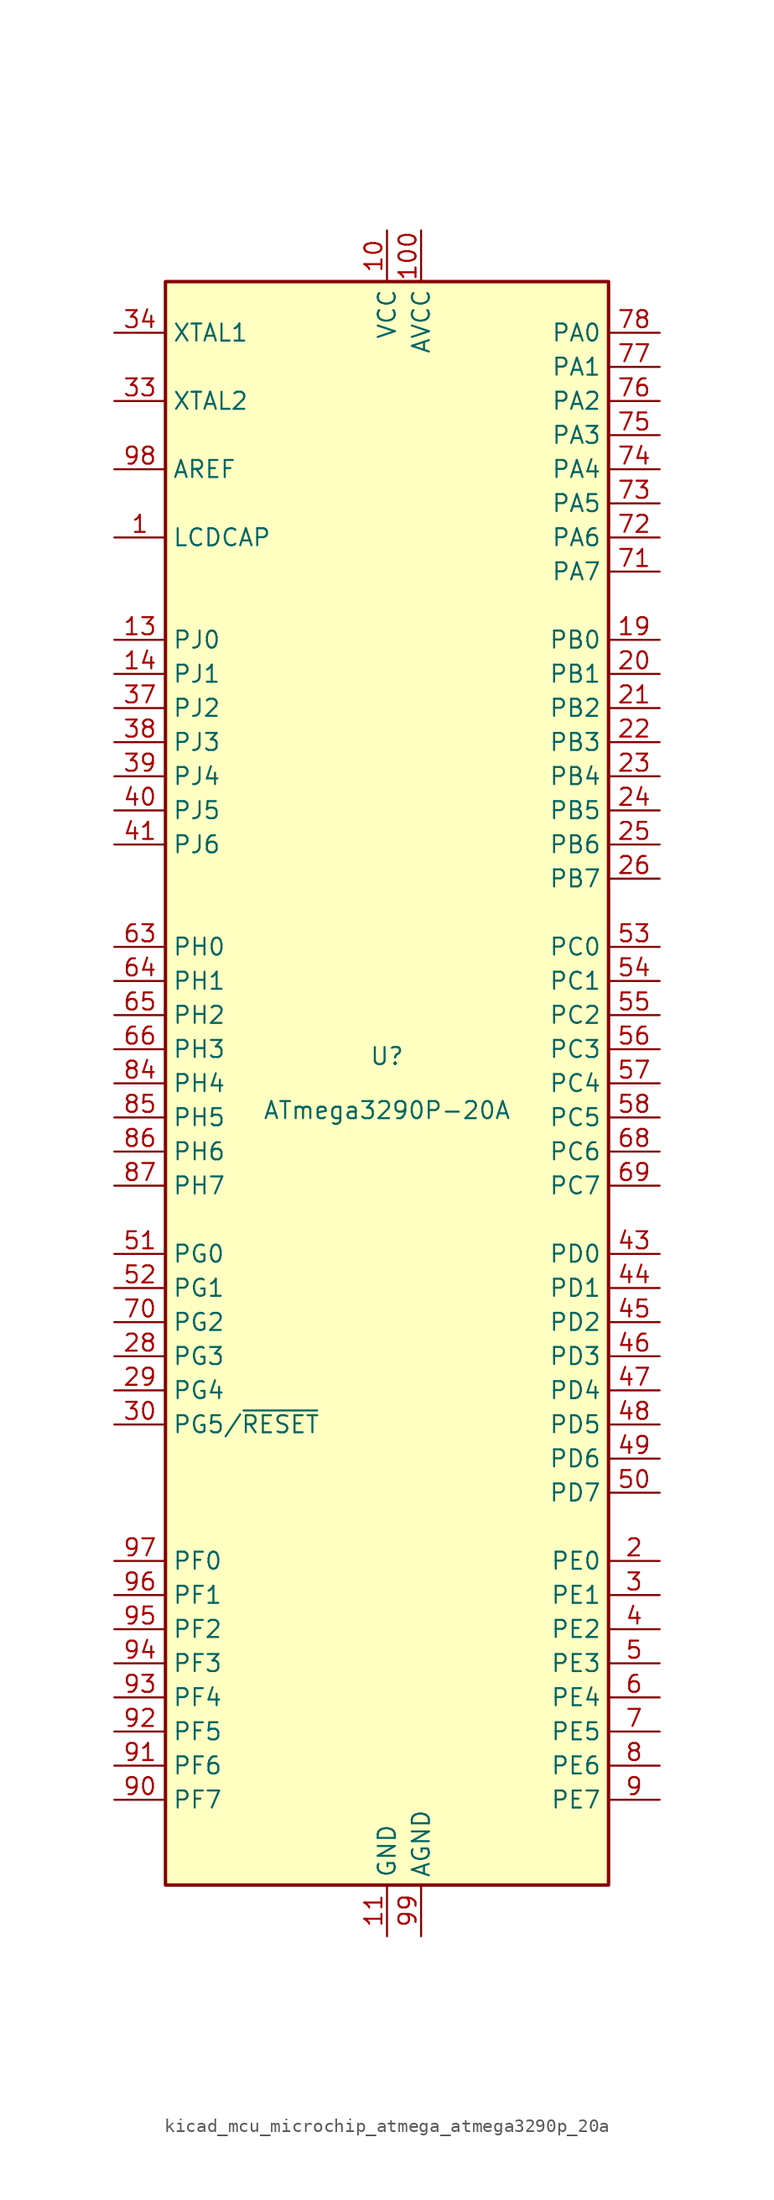
<source format=kicad_sym>
(kicad_symbol_lib
  (version 20220914)
  (generator kicad_symbol_editor)
  (symbol "kicad_mcu_microchip_atmega_atmega3290p_20a"
    (property "Reference" "U"
      (at 0 1.27 0)
      (effects (font (size 1.27 1.27)) (justify bottom)))
    (property "Value" "ATmega3290P-20A"
      (at 0 -1.27 0)
      (effects (font (size 1.27 1.27)) (justify top)))
    (symbol "kicad_mcu_microchip_atmega_atmega3290p_20a_0_1"
      (rectangle (start -16.51 -59.69) (end 16.51 59.69) (stroke (width 0.254) (type default)) (fill (type background))))
    (symbol "kicad_mcu_microchip_atmega_atmega3290p_20a_1_1"
      (pin passive line (at -20.32 40.64 0) (length 3.81) (name "LCDCAP" (effects (font (size 1.27 1.27)))) (number "1" (effects (font (size 1.27 1.27)))))
      (pin power_in line (at 0 63.5 270) (length 3.81) (name "VCC" (effects (font (size 1.27 1.27)))) (number "10" (effects (font (size 1.27 1.27)))))
      (pin power_in line (at 2.54 63.5 270) (length 3.81) (name "AVCC" (effects (font (size 1.27 1.27)))) (number "100" (effects (font (size 1.27 1.27)))))
      (pin power_in line (at 0 -63.5 90) (length 3.81) (name "GND" (effects (font (size 1.27 1.27)))) (number "11" (effects (font (size 1.27 1.27)))))
      (pin no_connect line (at -15.24 38.1 0) (length 2.54) hide (name "NC" (effects (font (size 1.27 1.27)))) (number "12" (effects (font (size 1.27 1.27)))))
      (pin bidirectional line (at -20.32 33.02 0) (length 3.81) (name "PJ0" (effects (font (size 1.27 1.27)))) (number "13" (effects (font (size 1.27 1.27)))))
      (pin bidirectional line (at -20.32 30.48 0) (length 3.81) (name "PJ1" (effects (font (size 1.27 1.27)))) (number "14" (effects (font (size 1.27 1.27)))))
      (pin no_connect line (at -15.24 35.56 0) (length 2.54) hide (name "NC" (effects (font (size 1.27 1.27)))) (number "15" (effects (font (size 1.27 1.27)))))
      (pin no_connect line (at -15.24 15.24 0) (length 2.54) hide (name "NC" (effects (font (size 1.27 1.27)))) (number "16" (effects (font (size 1.27 1.27)))))
      (pin no_connect line (at -15.24 12.7 0) (length 2.54) hide (name "NC" (effects (font (size 1.27 1.27)))) (number "17" (effects (font (size 1.27 1.27)))))
      (pin no_connect line (at -15.24 -10.16 0) (length 2.54) hide (name "NC" (effects (font (size 1.27 1.27)))) (number "18" (effects (font (size 1.27 1.27)))))
      (pin bidirectional line (at 20.32 33.02 180) (length 3.81) (name "PB0" (effects (font (size 1.27 1.27)))) (number "19" (effects (font (size 1.27 1.27)))))
      (pin bidirectional line (at 20.32 -35.56 180) (length 3.81) (name "PE0" (effects (font (size 1.27 1.27)))) (number "2" (effects (font (size 1.27 1.27)))))
      (pin bidirectional line (at 20.32 30.48 180) (length 3.81) (name "PB1" (effects (font (size 1.27 1.27)))) (number "20" (effects (font (size 1.27 1.27)))))
      (pin bidirectional line (at 20.32 27.94 180) (length 3.81) (name "PB2" (effects (font (size 1.27 1.27)))) (number "21" (effects (font (size 1.27 1.27)))))
      (pin bidirectional line (at 20.32 25.4 180) (length 3.81) (name "PB3" (effects (font (size 1.27 1.27)))) (number "22" (effects (font (size 1.27 1.27)))))
      (pin bidirectional line (at 20.32 22.86 180) (length 3.81) (name "PB4" (effects (font (size 1.27 1.27)))) (number "23" (effects (font (size 1.27 1.27)))))
      (pin bidirectional line (at 20.32 20.32 180) (length 3.81) (name "PB5" (effects (font (size 1.27 1.27)))) (number "24" (effects (font (size 1.27 1.27)))))
      (pin bidirectional line (at 20.32 17.78 180) (length 3.81) (name "PB6" (effects (font (size 1.27 1.27)))) (number "25" (effects (font (size 1.27 1.27)))))
      (pin bidirectional line (at 20.32 15.24 180) (length 3.81) (name "PB7" (effects (font (size 1.27 1.27)))) (number "26" (effects (font (size 1.27 1.27)))))
      (pin no_connect line (at -15.24 -27.94 0) (length 2.54) hide (name "NC" (effects (font (size 1.27 1.27)))) (number "27" (effects (font (size 1.27 1.27)))))
      (pin bidirectional line (at -20.32 -20.32 0) (length 3.81) (name "PG3" (effects (font (size 1.27 1.27)))) (number "28" (effects (font (size 1.27 1.27)))))
      (pin bidirectional line (at -20.32 -22.86 0) (length 3.81) (name "PG4" (effects (font (size 1.27 1.27)))) (number "29" (effects (font (size 1.27 1.27)))))
      (pin bidirectional line (at 20.32 -38.1 180) (length 3.81) (name "PE1" (effects (font (size 1.27 1.27)))) (number "3" (effects (font (size 1.27 1.27)))))
      (pin bidirectional line (at -20.32 -25.4 0) (length 3.81) (name "PG5/~{RESET}" (effects (font (size 1.27 1.27)))) (number "30" (effects (font (size 1.27 1.27)))))
      (pin passive line (at 0 63.5 270) (length 3.81) hide (name "VCC" (effects (font (size 1.27 1.27)))) (number "31" (effects (font (size 1.27 1.27)))))
      (pin passive line (at 0 -63.5 90) (length 3.81) hide (name "GND" (effects (font (size 1.27 1.27)))) (number "32" (effects (font (size 1.27 1.27)))))
      (pin output line (at -20.32 50.8 0) (length 3.81) (name "XTAL2" (effects (font (size 1.27 1.27)))) (number "33" (effects (font (size 1.27 1.27)))))
      (pin input line (at -20.32 55.88 0) (length 3.81) (name "XTAL1" (effects (font (size 1.27 1.27)))) (number "34" (effects (font (size 1.27 1.27)))))
      (pin no_connect line (at -15.24 -30.48 0) (length 2.54) hide (name "NC" (effects (font (size 1.27 1.27)))) (number "35" (effects (font (size 1.27 1.27)))))
      (pin no_connect line (at -15.24 -33.02 0) (length 2.54) hide (name "NC" (effects (font (size 1.27 1.27)))) (number "36" (effects (font (size 1.27 1.27)))))
      (pin bidirectional line (at -20.32 27.94 0) (length 3.81) (name "PJ2" (effects (font (size 1.27 1.27)))) (number "37" (effects (font (size 1.27 1.27)))))
      (pin bidirectional line (at -20.32 25.4 0) (length 3.81) (name "PJ3" (effects (font (size 1.27 1.27)))) (number "38" (effects (font (size 1.27 1.27)))))
      (pin bidirectional line (at -20.32 22.86 0) (length 3.81) (name "PJ4" (effects (font (size 1.27 1.27)))) (number "39" (effects (font (size 1.27 1.27)))))
      (pin bidirectional line (at 20.32 -40.64 180) (length 3.81) (name "PE2" (effects (font (size 1.27 1.27)))) (number "4" (effects (font (size 1.27 1.27)))))
      (pin bidirectional line (at -20.32 20.32 0) (length 3.81) (name "PJ5" (effects (font (size 1.27 1.27)))) (number "40" (effects (font (size 1.27 1.27)))))
      (pin bidirectional line (at -20.32 17.78 0) (length 3.81) (name "PJ6" (effects (font (size 1.27 1.27)))) (number "41" (effects (font (size 1.27 1.27)))))
      (pin no_connect line (at -15.24 -58.42 90) (length 2.54) hide (name "NC" (effects (font (size 1.27 1.27)))) (number "42" (effects (font (size 1.27 1.27)))))
      (pin bidirectional line (at 20.32 -12.7 180) (length 3.81) (name "PD0" (effects (font (size 1.27 1.27)))) (number "43" (effects (font (size 1.27 1.27)))))
      (pin bidirectional line (at 20.32 -15.24 180) (length 3.81) (name "PD1" (effects (font (size 1.27 1.27)))) (number "44" (effects (font (size 1.27 1.27)))))
      (pin bidirectional line (at 20.32 -17.78 180) (length 3.81) (name "PD2" (effects (font (size 1.27 1.27)))) (number "45" (effects (font (size 1.27 1.27)))))
      (pin bidirectional line (at 20.32 -20.32 180) (length 3.81) (name "PD3" (effects (font (size 1.27 1.27)))) (number "46" (effects (font (size 1.27 1.27)))))
      (pin bidirectional line (at 20.32 -22.86 180) (length 3.81) (name "PD4" (effects (font (size 1.27 1.27)))) (number "47" (effects (font (size 1.27 1.27)))))
      (pin bidirectional line (at 20.32 -25.4 180) (length 3.81) (name "PD5" (effects (font (size 1.27 1.27)))) (number "48" (effects (font (size 1.27 1.27)))))
      (pin bidirectional line (at 20.32 -27.94 180) (length 3.81) (name "PD6" (effects (font (size 1.27 1.27)))) (number "49" (effects (font (size 1.27 1.27)))))
      (pin bidirectional line (at 20.32 -43.18 180) (length 3.81) (name "PE3" (effects (font (size 1.27 1.27)))) (number "5" (effects (font (size 1.27 1.27)))))
      (pin bidirectional line (at 20.32 -30.48 180) (length 3.81) (name "PD7" (effects (font (size 1.27 1.27)))) (number "50" (effects (font (size 1.27 1.27)))))
      (pin bidirectional line (at -20.32 -12.7 0) (length 3.81) (name "PG0" (effects (font (size 1.27 1.27)))) (number "51" (effects (font (size 1.27 1.27)))))
      (pin bidirectional line (at -20.32 -15.24 0) (length 3.81) (name "PG1" (effects (font (size 1.27 1.27)))) (number "52" (effects (font (size 1.27 1.27)))))
      (pin bidirectional line (at 20.32 10.16 180) (length 3.81) (name "PC0" (effects (font (size 1.27 1.27)))) (number "53" (effects (font (size 1.27 1.27)))))
      (pin bidirectional line (at 20.32 7.62 180) (length 3.81) (name "PC1" (effects (font (size 1.27 1.27)))) (number "54" (effects (font (size 1.27 1.27)))))
      (pin bidirectional line (at 20.32 5.08 180) (length 3.81) (name "PC2" (effects (font (size 1.27 1.27)))) (number "55" (effects (font (size 1.27 1.27)))))
      (pin bidirectional line (at 20.32 2.54 180) (length 3.81) (name "PC3" (effects (font (size 1.27 1.27)))) (number "56" (effects (font (size 1.27 1.27)))))
      (pin bidirectional line (at 20.32 0 180) (length 3.81) (name "PC4" (effects (font (size 1.27 1.27)))) (number "57" (effects (font (size 1.27 1.27)))))
      (pin bidirectional line (at 20.32 -2.54 180) (length 3.81) (name "PC5" (effects (font (size 1.27 1.27)))) (number "58" (effects (font (size 1.27 1.27)))))
      (pin no_connect line (at -12.7 -58.42 90) (length 2.54) hide (name "NC" (effects (font (size 1.27 1.27)))) (number "59" (effects (font (size 1.27 1.27)))))
      (pin bidirectional line (at 20.32 -45.72 180) (length 3.81) (name "PE4" (effects (font (size 1.27 1.27)))) (number "6" (effects (font (size 1.27 1.27)))))
      (pin no_connect line (at -10.16 -58.42 90) (length 2.54) hide (name "NC" (effects (font (size 1.27 1.27)))) (number "60" (effects (font (size 1.27 1.27)))))
      (pin no_connect line (at -7.62 -58.42 90) (length 2.54) hide (name "NC" (effects (font (size 1.27 1.27)))) (number "61" (effects (font (size 1.27 1.27)))))
      (pin no_connect line (at -5.08 -58.42 90) (length 2.54) hide (name "NC" (effects (font (size 1.27 1.27)))) (number "62" (effects (font (size 1.27 1.27)))))
      (pin bidirectional line (at -20.32 10.16 0) (length 3.81) (name "PH0" (effects (font (size 1.27 1.27)))) (number "63" (effects (font (size 1.27 1.27)))))
      (pin bidirectional line (at -20.32 7.62 0) (length 3.81) (name "PH1" (effects (font (size 1.27 1.27)))) (number "64" (effects (font (size 1.27 1.27)))))
      (pin bidirectional line (at -20.32 5.08 0) (length 3.81) (name "PH2" (effects (font (size 1.27 1.27)))) (number "65" (effects (font (size 1.27 1.27)))))
      (pin bidirectional line (at -20.32 2.54 0) (length 3.81) (name "PH3" (effects (font (size 1.27 1.27)))) (number "66" (effects (font (size 1.27 1.27)))))
      (pin no_connect line (at -2.54 -58.42 90) (length 2.54) hide (name "NC" (effects (font (size 1.27 1.27)))) (number "67" (effects (font (size 1.27 1.27)))))
      (pin bidirectional line (at 20.32 -5.08 180) (length 3.81) (name "PC6" (effects (font (size 1.27 1.27)))) (number "68" (effects (font (size 1.27 1.27)))))
      (pin bidirectional line (at 20.32 -7.62 180) (length 3.81) (name "PC7" (effects (font (size 1.27 1.27)))) (number "69" (effects (font (size 1.27 1.27)))))
      (pin bidirectional line (at 20.32 -48.26 180) (length 3.81) (name "PE5" (effects (font (size 1.27 1.27)))) (number "7" (effects (font (size 1.27 1.27)))))
      (pin bidirectional line (at -20.32 -17.78 0) (length 3.81) (name "PG2" (effects (font (size 1.27 1.27)))) (number "70" (effects (font (size 1.27 1.27)))))
      (pin bidirectional line (at 20.32 38.1 180) (length 3.81) (name "PA7" (effects (font (size 1.27 1.27)))) (number "71" (effects (font (size 1.27 1.27)))))
      (pin bidirectional line (at 20.32 40.64 180) (length 3.81) (name "PA6" (effects (font (size 1.27 1.27)))) (number "72" (effects (font (size 1.27 1.27)))))
      (pin bidirectional line (at 20.32 43.18 180) (length 3.81) (name "PA5" (effects (font (size 1.27 1.27)))) (number "73" (effects (font (size 1.27 1.27)))))
      (pin bidirectional line (at 20.32 45.72 180) (length 3.81) (name "PA4" (effects (font (size 1.27 1.27)))) (number "74" (effects (font (size 1.27 1.27)))))
      (pin bidirectional line (at 20.32 48.26 180) (length 3.81) (name "PA3" (effects (font (size 1.27 1.27)))) (number "75" (effects (font (size 1.27 1.27)))))
      (pin bidirectional line (at 20.32 50.8 180) (length 3.81) (name "PA2" (effects (font (size 1.27 1.27)))) (number "76" (effects (font (size 1.27 1.27)))))
      (pin bidirectional line (at 20.32 53.34 180) (length 3.81) (name "PA1" (effects (font (size 1.27 1.27)))) (number "77" (effects (font (size 1.27 1.27)))))
      (pin bidirectional line (at 20.32 55.88 180) (length 3.81) (name "PA0" (effects (font (size 1.27 1.27)))) (number "78" (effects (font (size 1.27 1.27)))))
      (pin no_connect line (at 5.08 -58.42 90) (length 2.54) hide (name "NC" (effects (font (size 1.27 1.27)))) (number "79" (effects (font (size 1.27 1.27)))))
      (pin bidirectional line (at 20.32 -50.8 180) (length 3.81) (name "PE6" (effects (font (size 1.27 1.27)))) (number "8" (effects (font (size 1.27 1.27)))))
      (pin passive line (at 0 63.5 270) (length 3.81) hide (name "VCC" (effects (font (size 1.27 1.27)))) (number "80" (effects (font (size 1.27 1.27)))))
      (pin passive line (at 0 -63.5 90) (length 3.81) hide (name "GND" (effects (font (size 1.27 1.27)))) (number "81" (effects (font (size 1.27 1.27)))))
      (pin no_connect line (at 7.62 -58.42 90) (length 2.54) hide (name "NC" (effects (font (size 1.27 1.27)))) (number "82" (effects (font (size 1.27 1.27)))))
      (pin no_connect line (at 10.16 -58.42 90) (length 2.54) hide (name "NC" (effects (font (size 1.27 1.27)))) (number "83" (effects (font (size 1.27 1.27)))))
      (pin bidirectional line (at -20.32 0 0) (length 3.81) (name "PH4" (effects (font (size 1.27 1.27)))) (number "84" (effects (font (size 1.27 1.27)))))
      (pin bidirectional line (at -20.32 -2.54 0) (length 3.81) (name "PH5" (effects (font (size 1.27 1.27)))) (number "85" (effects (font (size 1.27 1.27)))))
      (pin bidirectional line (at -20.32 -5.08 0) (length 3.81) (name "PH6" (effects (font (size 1.27 1.27)))) (number "86" (effects (font (size 1.27 1.27)))))
      (pin bidirectional line (at -20.32 -7.62 0) (length 3.81) (name "PH7" (effects (font (size 1.27 1.27)))) (number "87" (effects (font (size 1.27 1.27)))))
      (pin no_connect line (at 12.7 -58.42 90) (length 2.54) hide (name "NC" (effects (font (size 1.27 1.27)))) (number "88" (effects (font (size 1.27 1.27)))))
      (pin no_connect line (at 15.24 -58.42 90) (length 2.54) hide (name "NC" (effects (font (size 1.27 1.27)))) (number "89" (effects (font (size 1.27 1.27)))))
      (pin bidirectional line (at 20.32 -53.34 180) (length 3.81) (name "PE7" (effects (font (size 1.27 1.27)))) (number "9" (effects (font (size 1.27 1.27)))))
      (pin bidirectional line (at -20.32 -53.34 0) (length 3.81) (name "PF7" (effects (font (size 1.27 1.27)))) (number "90" (effects (font (size 1.27 1.27)))))
      (pin bidirectional line (at -20.32 -50.8 0) (length 3.81) (name "PF6" (effects (font (size 1.27 1.27)))) (number "91" (effects (font (size 1.27 1.27)))))
      (pin bidirectional line (at -20.32 -48.26 0) (length 3.81) (name "PF5" (effects (font (size 1.27 1.27)))) (number "92" (effects (font (size 1.27 1.27)))))
      (pin bidirectional line (at -20.32 -45.72 0) (length 3.81) (name "PF4" (effects (font (size 1.27 1.27)))) (number "93" (effects (font (size 1.27 1.27)))))
      (pin bidirectional line (at -20.32 -43.18 0) (length 3.81) (name "PF3" (effects (font (size 1.27 1.27)))) (number "94" (effects (font (size 1.27 1.27)))))
      (pin bidirectional line (at -20.32 -40.64 0) (length 3.81) (name "PF2" (effects (font (size 1.27 1.27)))) (number "95" (effects (font (size 1.27 1.27)))))
      (pin bidirectional line (at -20.32 -38.1 0) (length 3.81) (name "PF1" (effects (font (size 1.27 1.27)))) (number "96" (effects (font (size 1.27 1.27)))))
      (pin bidirectional line (at -20.32 -35.56 0) (length 3.81) (name "PF0" (effects (font (size 1.27 1.27)))) (number "97" (effects (font (size 1.27 1.27)))))
      (pin passive line (at -20.32 45.72 0) (length 3.81) (name "AREF" (effects (font (size 1.27 1.27)))) (number "98" (effects (font (size 1.27 1.27)))))
      (pin power_in line (at 2.54 -63.5 90) (length 3.81) (name "AGND" (effects (font (size 1.27 1.27)))) (number "99" (effects (font (size 1.27 1.27))))))))
</source>
